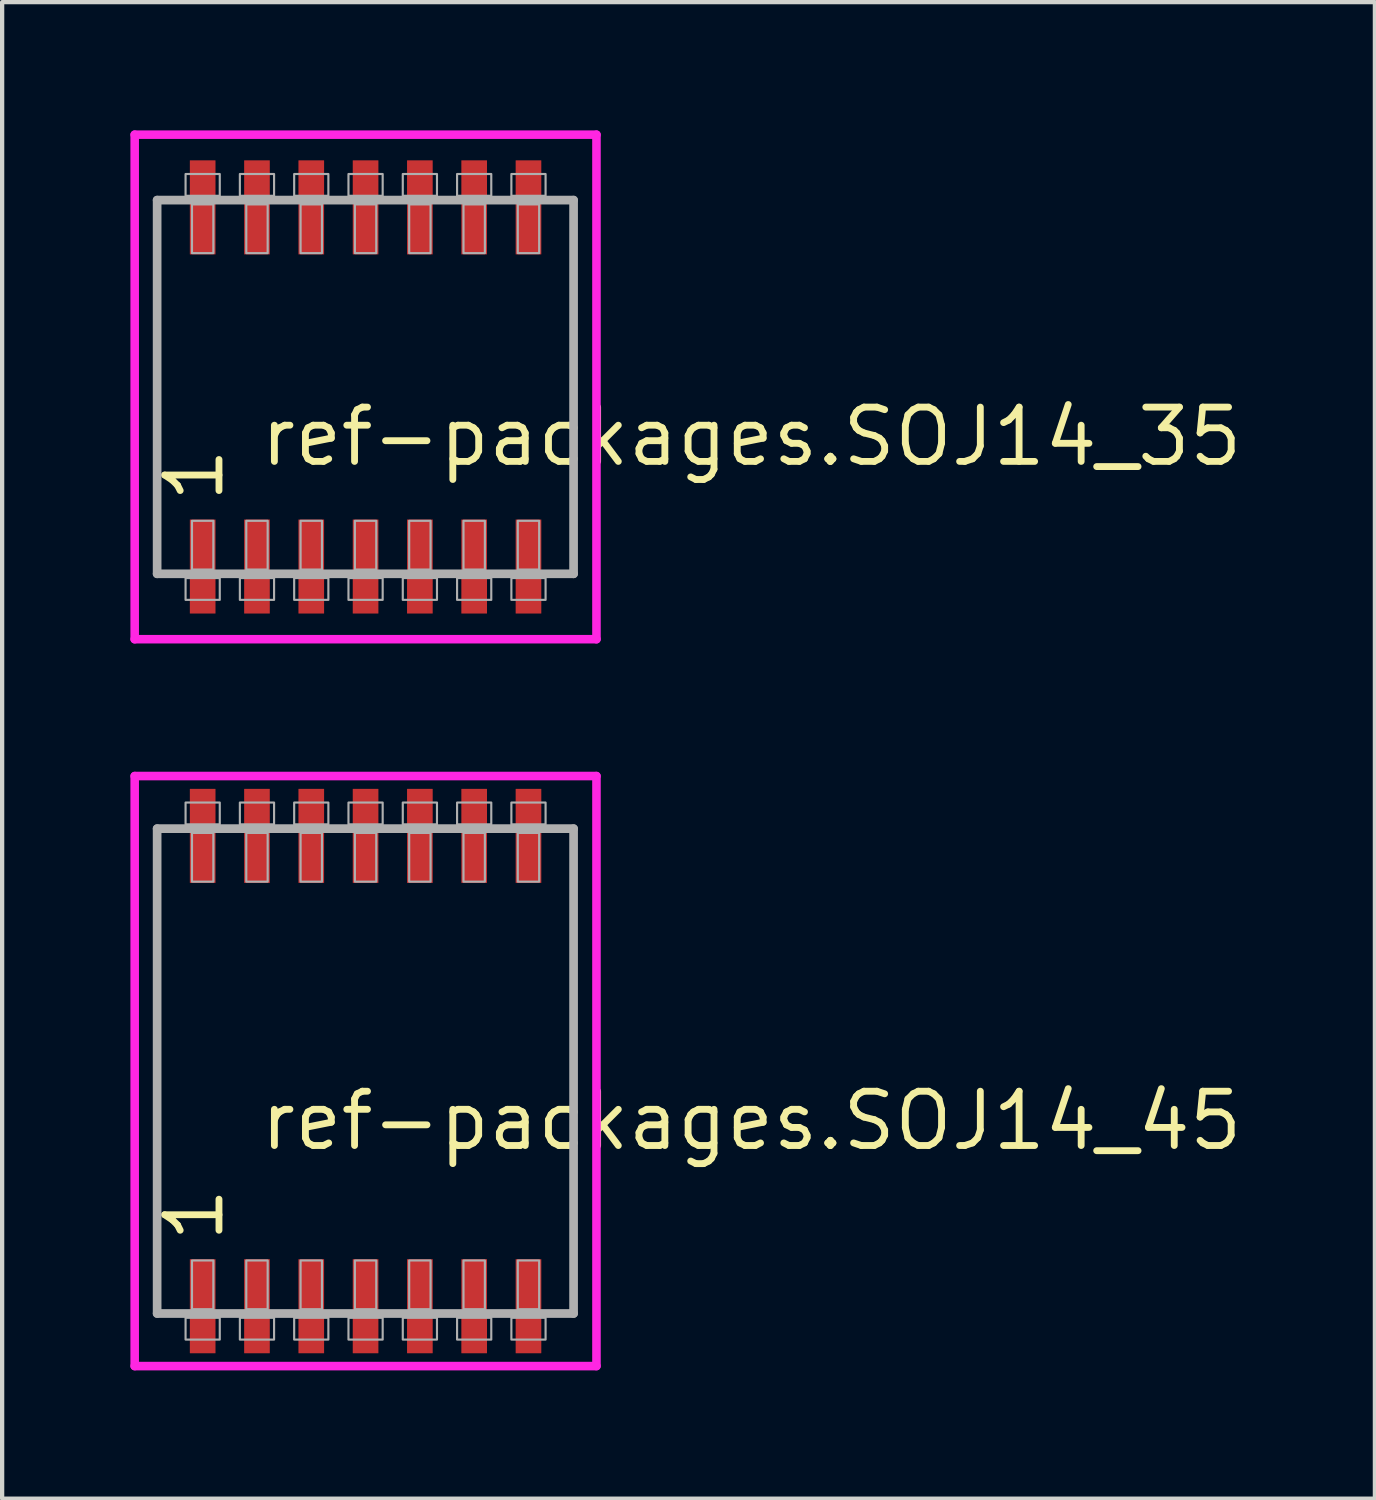
<source format=kicad_pcb>
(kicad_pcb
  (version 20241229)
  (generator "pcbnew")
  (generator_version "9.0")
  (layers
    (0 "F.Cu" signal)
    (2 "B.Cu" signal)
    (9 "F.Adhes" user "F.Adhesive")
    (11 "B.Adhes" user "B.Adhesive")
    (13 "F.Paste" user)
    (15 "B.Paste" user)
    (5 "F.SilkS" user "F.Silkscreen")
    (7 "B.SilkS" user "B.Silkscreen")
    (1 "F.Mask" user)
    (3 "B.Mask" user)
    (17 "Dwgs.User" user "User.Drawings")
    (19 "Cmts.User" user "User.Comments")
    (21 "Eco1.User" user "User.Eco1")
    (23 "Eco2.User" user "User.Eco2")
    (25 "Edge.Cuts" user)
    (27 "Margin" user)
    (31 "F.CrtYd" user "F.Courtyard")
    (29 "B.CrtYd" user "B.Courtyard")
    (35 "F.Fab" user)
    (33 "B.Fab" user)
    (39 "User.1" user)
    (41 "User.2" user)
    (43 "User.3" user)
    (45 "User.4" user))
  (footprint "ref-packages.SOJ14_45"
    (layer "F.Cu")
    (at 5.5 22)
    (property "Reference" "ref-packages.SOJ14_45" (at -2.54 1.905 0) (layer "F.SilkS") (effects (font (size 1.27 1.27) (thickness 0.16)) (justify left bottom)))
    (attr smd)
    (fp_line (start -5.4 -6.9) (end 5.4 -6.9) (stroke (width 0.2) (type default)) (layer "F.CrtYd"))
    (fp_line (start -5.4 6.9) (end -5.4 -6.9) (stroke (width 0.2) (type default)) (layer "F.CrtYd"))
    (fp_line (start 5.4 -6.9) (end 5.4 6.9) (stroke (width 0.2) (type default)) (layer "F.CrtYd"))
    (fp_line (start 5.4 6.9) (end -5.4 6.9) (stroke (width 0.2) (type default)) (layer "F.CrtYd"))
    (fp_line (start -4.875 -5.67) (end 4.865 -5.67) (stroke (width 0.203) (type default)) (layer "F.Fab"))
    (fp_line (start -4.875 5.67) (end -4.875 -5.67) (stroke (width 0.203) (type default)) (layer "F.Fab"))
    (fp_line (start 4.865 -5.67) (end 4.865 5.67) (stroke (width 0.203) (type default)) (layer "F.Fab"))
    (fp_line (start 4.865 5.67) (end -4.875 5.67) (stroke (width 0.203) (type default)) (layer "F.Fab"))
    (fp_rect (start -4.21 -5.77) (end -3.41 -6.28) (stroke (width 0.05) (type default)) (fill no) (layer "F.Fab"))
    (fp_rect (start -4.21 6.28) (end -3.41 5.77) (stroke (width 0.05) (type default)) (fill no) (layer "F.Fab"))
    (fp_rect (start -4.06 -4.43) (end -3.56 -5.57) (stroke (width 0.05) (type default)) (fill no) (layer "F.Fab"))
    (fp_rect (start -4.06 5.57) (end -3.56 4.43) (stroke (width 0.05) (type default)) (fill no) (layer "F.Fab"))
    (fp_rect (start -2.94 -5.77) (end -2.14 -6.28) (stroke (width 0.05) (type default)) (fill no) (layer "F.Fab"))
    (fp_rect (start -2.94 6.28) (end -2.14 5.77) (stroke (width 0.05) (type default)) (fill no) (layer "F.Fab"))
    (fp_rect (start -2.79 -4.43) (end -2.29 -5.57) (stroke (width 0.05) (type default)) (fill no) (layer "F.Fab"))
    (fp_rect (start -2.79 5.57) (end -2.29 4.43) (stroke (width 0.05) (type default)) (fill no) (layer "F.Fab"))
    (fp_rect (start -1.67 -5.77) (end -0.87 -6.28) (stroke (width 0.05) (type default)) (fill no) (layer "F.Fab"))
    (fp_rect (start -1.67 6.28) (end -0.87 5.77) (stroke (width 0.05) (type default)) (fill no) (layer "F.Fab"))
    (fp_rect (start -1.52 -4.43) (end -1.02 -5.57) (stroke (width 0.05) (type default)) (fill no) (layer "F.Fab"))
    (fp_rect (start -1.52 5.57) (end -1.02 4.43) (stroke (width 0.05) (type default)) (fill no) (layer "F.Fab"))
    (fp_rect (start -0.4 -5.77) (end 0.4 -6.28) (stroke (width 0.05) (type default)) (fill no) (layer "F.Fab"))
    (fp_rect (start -0.4 6.28) (end 0.4 5.77) (stroke (width 0.05) (type default)) (fill no) (layer "F.Fab"))
    (fp_rect (start -0.25 -4.43) (end 0.25 -5.57) (stroke (width 0.05) (type default)) (fill no) (layer "F.Fab"))
    (fp_rect (start -0.25 5.57) (end 0.25 4.43) (stroke (width 0.05) (type default)) (fill no) (layer "F.Fab"))
    (fp_rect (start 0.87 -5.77) (end 1.67 -6.28) (stroke (width 0.05) (type default)) (fill no) (layer "F.Fab"))
    (fp_rect (start 0.87 6.28) (end 1.67 5.77) (stroke (width 0.05) (type default)) (fill no) (layer "F.Fab"))
    (fp_rect (start 1.02 -4.43) (end 1.52 -5.57) (stroke (width 0.05) (type default)) (fill no) (layer "F.Fab"))
    (fp_rect (start 1.02 5.57) (end 1.52 4.43) (stroke (width 0.05) (type default)) (fill no) (layer "F.Fab"))
    (fp_rect (start 2.14 -5.77) (end 2.94 -6.28) (stroke (width 0.05) (type default)) (fill no) (layer "F.Fab"))
    (fp_rect (start 2.14 6.28) (end 2.94 5.77) (stroke (width 0.05) (type default)) (fill no) (layer "F.Fab"))
    (fp_rect (start 2.29 -4.43) (end 2.79 -5.57) (stroke (width 0.05) (type default)) (fill no) (layer "F.Fab"))
    (fp_rect (start 2.29 5.57) (end 2.79 4.43) (stroke (width 0.05) (type default)) (fill no) (layer "F.Fab"))
    (fp_rect (start 3.41 -5.77) (end 4.21 -6.28) (stroke (width 0.05) (type default)) (fill no) (layer "F.Fab"))
    (fp_rect (start 3.41 6.28) (end 4.21 5.77) (stroke (width 0.05) (type default)) (fill no) (layer "F.Fab"))
    (fp_rect (start 3.56 -4.43) (end 4.06 -5.57) (stroke (width 0.05) (type default)) (fill no) (layer "F.Fab"))
    (fp_rect (start 3.56 5.57) (end 4.06 4.43) (stroke (width 0.05) (type default)) (fill no) (layer "F.Fab"))
    (fp_text user "1" (at -3.265 4.07 90) (layer "F.SilkS") (effects (font (size 1.27 1.27) (thickness 0.16)) (justify left bottom)))
    (pad "1" smd roundrect (at -3.81 5.5) (size 0.6 2.2) (layers "F.Cu" "F.Mask" "F.Paste") (roundrect_rratio 0.01))
    (pad "2" smd roundrect (at -2.54 5.5) (size 0.6 2.2) (layers "F.Cu" "F.Mask" "F.Paste") (roundrect_rratio 0.01))
    (pad "3" smd roundrect (at -1.27 5.5) (size 0.6 2.2) (layers "F.Cu" "F.Mask" "F.Paste") (roundrect_rratio 0.01))
    (pad "4" smd roundrect (at 0 5.5) (size 0.6 2.2) (layers "F.Cu" "F.Mask" "F.Paste") (roundrect_rratio 0.01))
    (pad "5" smd roundrect (at 1.27 5.5) (size 0.6 2.2) (layers "F.Cu" "F.Mask" "F.Paste") (roundrect_rratio 0.01))
    (pad "6" smd roundrect (at 2.54 5.5) (size 0.6 2.2) (layers "F.Cu" "F.Mask" "F.Paste") (roundrect_rratio 0.01))
    (pad "7" smd roundrect (at 3.81 5.5) (size 0.6 2.2) (layers "F.Cu" "F.Mask" "F.Paste") (roundrect_rratio 0.01))
    (pad "8" smd roundrect (at 3.81 -5.5) (size 0.6 2.2) (layers "F.Cu" "F.Mask" "F.Paste") (roundrect_rratio 0.01))
    (pad "9" smd roundrect (at 2.54 -5.5) (size 0.6 2.2) (layers "F.Cu" "F.Mask" "F.Paste") (roundrect_rratio 0.01))
    (pad "10" smd roundrect (at 1.27 -5.5) (size 0.6 2.2) (layers "F.Cu" "F.Mask" "F.Paste") (roundrect_rratio 0.01))
    (pad "11" smd roundrect (at 0 -5.5) (size 0.6 2.2) (layers "F.Cu" "F.Mask" "F.Paste") (roundrect_rratio 0.01))
    (pad "12" smd roundrect (at -1.27 -5.5) (size 0.6 2.2) (layers "F.Cu" "F.Mask" "F.Paste") (roundrect_rratio 0.01))
    (pad "13" smd roundrect (at -2.54 -5.5) (size 0.6 2.2) (layers "F.Cu" "F.Mask" "F.Paste") (roundrect_rratio 0.01))
    (pad "14" smd roundrect (at -3.81 -5.5) (size 0.6 2.2) (layers "F.Cu" "F.Mask" "F.Paste") (roundrect_rratio 0.01)))
  (footprint "ref-packages.SOJ14_35"
    (layer "F.Cu")
    (at 5.5 6)
    (property "Reference" "ref-packages.SOJ14_35" (at -2.54 1.905 0) (layer "F.SilkS") (effects (font (size 1.27 1.27) (thickness 0.16)) (justify left bottom)))
    (attr smd)
    (fp_line (start -5.4 -5.9) (end 5.4 -5.9) (stroke (width 0.2) (type default)) (layer "F.CrtYd"))
    (fp_line (start -5.4 5.9) (end -5.4 -5.9) (stroke (width 0.2) (type default)) (layer "F.CrtYd"))
    (fp_line (start 5.4 -5.9) (end 5.4 5.9) (stroke (width 0.2) (type default)) (layer "F.CrtYd"))
    (fp_line (start 5.4 5.9) (end -5.4 5.9) (stroke (width 0.2) (type default)) (layer "F.CrtYd"))
    (fp_line (start -4.875 -4.37) (end 4.865 -4.37) (stroke (width 0.203) (type default)) (layer "F.Fab"))
    (fp_line (start -4.875 4.37) (end -4.875 -4.37) (stroke (width 0.203) (type default)) (layer "F.Fab"))
    (fp_line (start 4.865 -4.37) (end 4.865 4.37) (stroke (width 0.203) (type default)) (layer "F.Fab"))
    (fp_line (start 4.865 4.37) (end -4.875 4.37) (stroke (width 0.203) (type default)) (layer "F.Fab"))
    (fp_rect (start -4.21 -4.47) (end -3.41 -4.98) (stroke (width 0.05) (type default)) (fill no) (layer "F.Fab"))
    (fp_rect (start -4.21 4.98) (end -3.41 4.47) (stroke (width 0.05) (type default)) (fill no) (layer "F.Fab"))
    (fp_rect (start -4.06 -3.13) (end -3.56 -4.27) (stroke (width 0.05) (type default)) (fill no) (layer "F.Fab"))
    (fp_rect (start -4.06 4.27) (end -3.56 3.13) (stroke (width 0.05) (type default)) (fill no) (layer "F.Fab"))
    (fp_rect (start -2.94 -4.47) (end -2.14 -4.98) (stroke (width 0.05) (type default)) (fill no) (layer "F.Fab"))
    (fp_rect (start -2.94 4.98) (end -2.14 4.47) (stroke (width 0.05) (type default)) (fill no) (layer "F.Fab"))
    (fp_rect (start -2.79 -3.13) (end -2.29 -4.27) (stroke (width 0.05) (type default)) (fill no) (layer "F.Fab"))
    (fp_rect (start -2.79 4.27) (end -2.29 3.13) (stroke (width 0.05) (type default)) (fill no) (layer "F.Fab"))
    (fp_rect (start -1.67 -4.47) (end -0.87 -4.98) (stroke (width 0.05) (type default)) (fill no) (layer "F.Fab"))
    (fp_rect (start -1.67 4.98) (end -0.87 4.47) (stroke (width 0.05) (type default)) (fill no) (layer "F.Fab"))
    (fp_rect (start -1.52 -3.13) (end -1.02 -4.27) (stroke (width 0.05) (type default)) (fill no) (layer "F.Fab"))
    (fp_rect (start -1.52 4.27) (end -1.02 3.13) (stroke (width 0.05) (type default)) (fill no) (layer "F.Fab"))
    (fp_rect (start -0.4 -4.47) (end 0.4 -4.98) (stroke (width 0.05) (type default)) (fill no) (layer "F.Fab"))
    (fp_rect (start -0.4 4.98) (end 0.4 4.47) (stroke (width 0.05) (type default)) (fill no) (layer "F.Fab"))
    (fp_rect (start -0.25 -3.13) (end 0.25 -4.27) (stroke (width 0.05) (type default)) (fill no) (layer "F.Fab"))
    (fp_rect (start -0.25 4.27) (end 0.25 3.13) (stroke (width 0.05) (type default)) (fill no) (layer "F.Fab"))
    (fp_rect (start 0.87 -4.47) (end 1.67 -4.98) (stroke (width 0.05) (type default)) (fill no) (layer "F.Fab"))
    (fp_rect (start 0.87 4.98) (end 1.67 4.47) (stroke (width 0.05) (type default)) (fill no) (layer "F.Fab"))
    (fp_rect (start 1.02 -3.13) (end 1.52 -4.27) (stroke (width 0.05) (type default)) (fill no) (layer "F.Fab"))
    (fp_rect (start 1.02 4.27) (end 1.52 3.13) (stroke (width 0.05) (type default)) (fill no) (layer "F.Fab"))
    (fp_rect (start 2.14 -4.47) (end 2.94 -4.98) (stroke (width 0.05) (type default)) (fill no) (layer "F.Fab"))
    (fp_rect (start 2.14 4.98) (end 2.94 4.47) (stroke (width 0.05) (type default)) (fill no) (layer "F.Fab"))
    (fp_rect (start 2.29 -3.13) (end 2.79 -4.27) (stroke (width 0.05) (type default)) (fill no) (layer "F.Fab"))
    (fp_rect (start 2.29 4.27) (end 2.79 3.13) (stroke (width 0.05) (type default)) (fill no) (layer "F.Fab"))
    (fp_rect (start 3.41 -4.47) (end 4.21 -4.98) (stroke (width 0.05) (type default)) (fill no) (layer "F.Fab"))
    (fp_rect (start 3.41 4.98) (end 4.21 4.47) (stroke (width 0.05) (type default)) (fill no) (layer "F.Fab"))
    (fp_rect (start 3.56 -3.13) (end 4.06 -4.27) (stroke (width 0.05) (type default)) (fill no) (layer "F.Fab"))
    (fp_rect (start 3.56 4.27) (end 4.06 3.13) (stroke (width 0.05) (type default)) (fill no) (layer "F.Fab"))
    (fp_text user "1" (at -3.265 2.77 90) (layer "F.SilkS") (effects (font (size 1.27 1.27) (thickness 0.16)) (justify left bottom)))
    (pad "1" smd roundrect (at -3.81 4.2) (size 0.6 2.2) (layers "F.Cu" "F.Mask" "F.Paste") (roundrect_rratio 0.01))
    (pad "2" smd roundrect (at -2.54 4.2) (size 0.6 2.2) (layers "F.Cu" "F.Mask" "F.Paste") (roundrect_rratio 0.01))
    (pad "3" smd roundrect (at -1.27 4.2) (size 0.6 2.2) (layers "F.Cu" "F.Mask" "F.Paste") (roundrect_rratio 0.01))
    (pad "4" smd roundrect (at 0 4.2) (size 0.6 2.2) (layers "F.Cu" "F.Mask" "F.Paste") (roundrect_rratio 0.01))
    (pad "5" smd roundrect (at 1.27 4.2) (size 0.6 2.2) (layers "F.Cu" "F.Mask" "F.Paste") (roundrect_rratio 0.01))
    (pad "6" smd roundrect (at 2.54 4.2) (size 0.6 2.2) (layers "F.Cu" "F.Mask" "F.Paste") (roundrect_rratio 0.01))
    (pad "7" smd roundrect (at 3.81 4.2) (size 0.6 2.2) (layers "F.Cu" "F.Mask" "F.Paste") (roundrect_rratio 0.01))
    (pad "8" smd roundrect (at 3.81 -4.2) (size 0.6 2.2) (layers "F.Cu" "F.Mask" "F.Paste") (roundrect_rratio 0.01))
    (pad "9" smd roundrect (at 2.54 -4.2) (size 0.6 2.2) (layers "F.Cu" "F.Mask" "F.Paste") (roundrect_rratio 0.01))
    (pad "10" smd roundrect (at 1.27 -4.2) (size 0.6 2.2) (layers "F.Cu" "F.Mask" "F.Paste") (roundrect_rratio 0.01))
    (pad "11" smd roundrect (at 0 -4.2) (size 0.6 2.2) (layers "F.Cu" "F.Mask" "F.Paste") (roundrect_rratio 0.01))
    (pad "12" smd roundrect (at -1.27 -4.2) (size 0.6 2.2) (layers "F.Cu" "F.Mask" "F.Paste") (roundrect_rratio 0.01))
    (pad "13" smd roundrect (at -2.54 -4.2) (size 0.6 2.2) (layers "F.Cu" "F.Mask" "F.Paste") (roundrect_rratio 0.01))
    (pad "14" smd roundrect (at -3.81 -4.2) (size 0.6 2.2) (layers "F.Cu" "F.Mask" "F.Paste") (roundrect_rratio 0.01)))
  (gr_rect
    (start -3 -3)
    (end 29.106 32)
    (stroke (width 0.1) (type default))
    (fill no)
    (layer "Edge.Cuts")))
</source>
